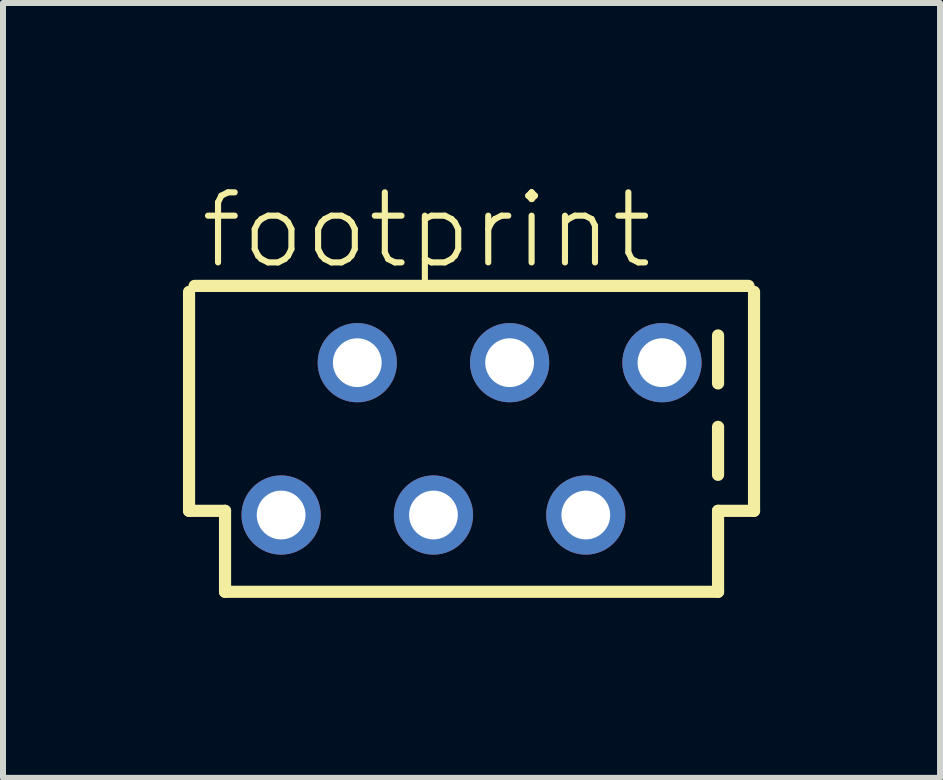
<source format=kicad_pcb>
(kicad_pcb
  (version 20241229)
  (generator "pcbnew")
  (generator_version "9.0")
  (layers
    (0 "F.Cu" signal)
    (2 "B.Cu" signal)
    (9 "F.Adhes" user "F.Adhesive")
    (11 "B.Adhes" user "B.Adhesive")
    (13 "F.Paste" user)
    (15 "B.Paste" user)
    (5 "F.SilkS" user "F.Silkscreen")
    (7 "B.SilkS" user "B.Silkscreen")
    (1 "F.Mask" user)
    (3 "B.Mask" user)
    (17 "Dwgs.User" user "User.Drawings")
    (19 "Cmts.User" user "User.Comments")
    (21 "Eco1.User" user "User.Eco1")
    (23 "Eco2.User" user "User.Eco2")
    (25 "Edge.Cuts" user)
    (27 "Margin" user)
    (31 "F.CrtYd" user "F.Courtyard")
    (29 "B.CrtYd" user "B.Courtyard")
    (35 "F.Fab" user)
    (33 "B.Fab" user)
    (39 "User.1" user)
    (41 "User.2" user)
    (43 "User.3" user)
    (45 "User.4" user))
  (footprint "footprint"
    (layer "F.Cu")
    (at 4.812 4.267)
    (property "Reference" "footprint" (at -4.572 -2.794 0) (layer "F.SilkS") (effects (font (size 1.168 1.168) (thickness 0.102)) (justify left bottom)))
    (fp_line (start -4.71 -2.451) (end -4.71 1.2) (stroke (width 0.203) (type solid)) (layer "F.SilkS"))
    (fp_line (start -4.71 1.2) (end -4.11 1.2) (stroke (width 0.203) (type solid)) (layer "F.SilkS"))
    (fp_line (start -4.11 1.2) (end -4.11 2.55) (stroke (width 0.203) (type solid)) (layer "F.SilkS"))
    (fp_line (start -4.11 2.55) (end 4.11 2.55) (stroke (width 0.203) (type solid)) (layer "F.SilkS"))
    (fp_line (start 4.11 -1.724) (end 4.11 -0.924) (stroke (width 0.203) (type solid)) (layer "F.SilkS"))
    (fp_line (start 4.11 -0.2) (end 4.11 0.6) (stroke (width 0.203) (type solid)) (layer "F.SilkS"))
    (fp_line (start 4.11 1.2) (end 4.71 1.2) (stroke (width 0.203) (type solid)) (layer "F.SilkS"))
    (fp_line (start 4.11 2.55) (end 4.11 1.2) (stroke (width 0.203) (type solid)) (layer "F.SilkS"))
    (fp_line (start 4.618 -2.55) (end -4.618 -2.55) (stroke (width 0.203) (type solid)) (layer "F.SilkS"))
    (fp_line (start 4.71 1.2) (end 4.71 -2.451) (stroke (width 0.203) (type solid)) (layer "F.SilkS"))
    (pad "1" thru_hole circle (at -3.175 1.27) (size 1.321 1.321) (drill 0.813) (layers "*.Cu" "*.Mask"))
    (pad "2" thru_hole circle (at -1.905 -1.27) (size 1.321 1.321) (drill 0.813) (layers "*.Cu" "*.Mask"))
    (pad "3" thru_hole circle (at -0.635 1.27) (size 1.321 1.321) (drill 0.813) (layers "*.Cu" "*.Mask"))
    (pad "4" thru_hole circle (at 0.635 -1.27) (size 1.321 1.321) (drill 0.813) (layers "*.Cu" "*.Mask"))
    (pad "5" thru_hole circle (at 1.905 1.27) (size 1.321 1.321) (drill 0.813) (layers "*.Cu" "*.Mask"))
    (pad "6" thru_hole circle (at 3.175 -1.27) (size 1.321 1.321) (drill 0.813) (layers "*.Cu" "*.Mask")))
  (gr_rect
    (start -3 -3)
    (end 12.623 9.919)
    (stroke (width 0.1) (type default))
    (fill no)
    (layer "Edge.Cuts")))
</source>
